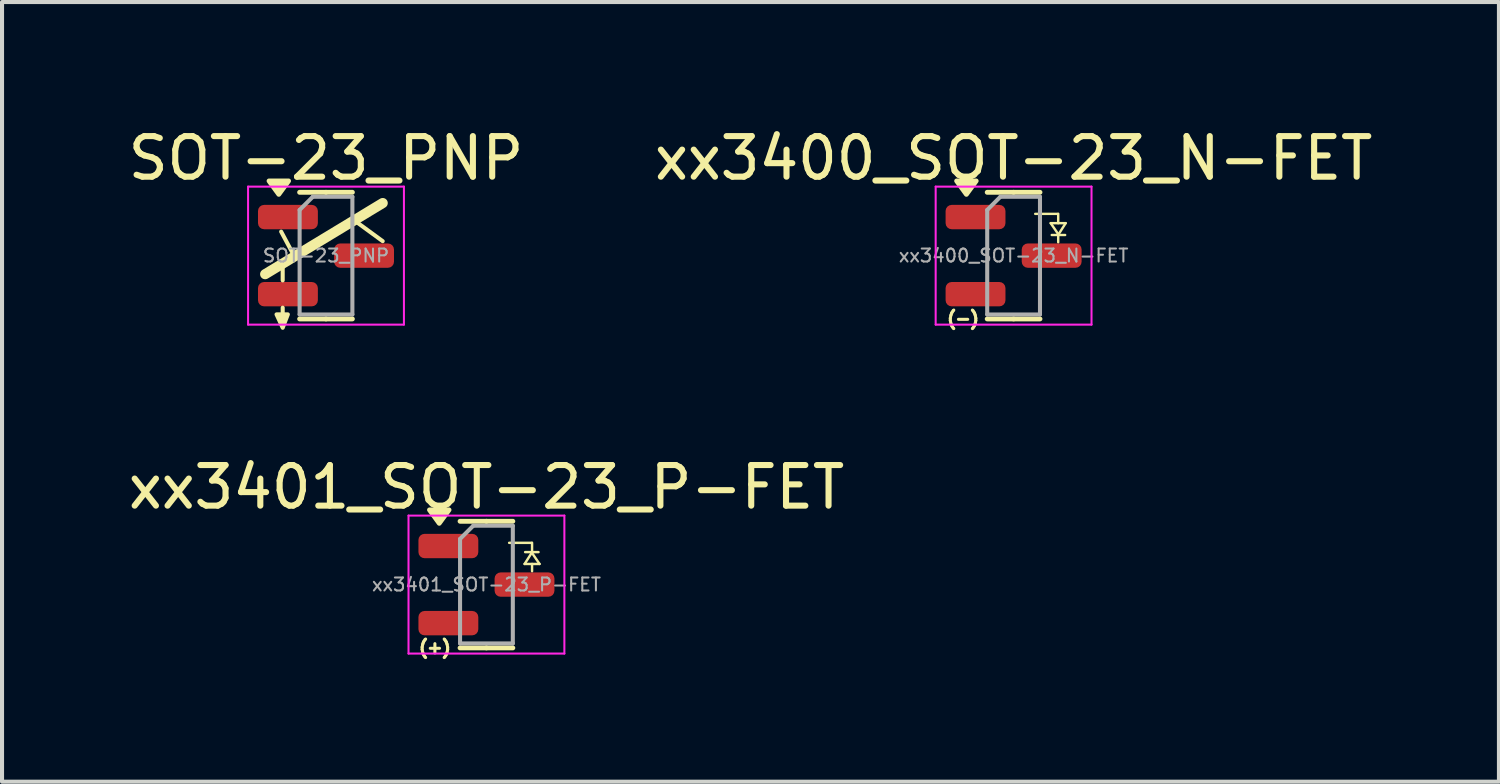
<source format=kicad_pcb>
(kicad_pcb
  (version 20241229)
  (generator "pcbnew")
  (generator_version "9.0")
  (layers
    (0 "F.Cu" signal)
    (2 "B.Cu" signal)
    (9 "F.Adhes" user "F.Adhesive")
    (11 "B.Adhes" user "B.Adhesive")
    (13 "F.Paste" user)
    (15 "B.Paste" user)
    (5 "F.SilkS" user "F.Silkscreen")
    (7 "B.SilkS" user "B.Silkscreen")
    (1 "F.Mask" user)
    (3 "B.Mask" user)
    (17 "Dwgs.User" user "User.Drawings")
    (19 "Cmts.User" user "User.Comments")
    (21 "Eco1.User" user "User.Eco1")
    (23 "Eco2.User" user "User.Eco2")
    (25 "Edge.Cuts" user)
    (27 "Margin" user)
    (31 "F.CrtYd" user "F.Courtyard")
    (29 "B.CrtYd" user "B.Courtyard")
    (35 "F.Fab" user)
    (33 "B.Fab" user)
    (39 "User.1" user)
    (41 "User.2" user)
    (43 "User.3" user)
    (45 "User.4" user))
  (footprint "xx3401_SOT-23_P-FET"
    (layer "F.Cu")
    (at 8.935 11.353)
    (property "Reference" "xx3401_SOT-23_P-FET" (at 0 -2.4 0) (layer "F.SilkS") (effects (font (size 1 1) (thickness 0.15))))
    (attr smd)
    (fp_line (start 0 -1.56) (end -0.65 -1.56) (stroke (width 0.12) (type solid)) (layer "F.SilkS"))
    (fp_line (start 0 -1.56) (end 0.65 -1.56) (stroke (width 0.12) (type solid)) (layer "F.SilkS"))
    (fp_line (start 0 1.56) (end -0.65 1.56) (stroke (width 0.12) (type solid)) (layer "F.SilkS"))
    (fp_line (start 0 1.56) (end 0.65 1.56) (stroke (width 0.12) (type solid)) (layer "F.SilkS"))
    (fp_line (start 0.559 -1.029) (end 1.118 -1.029) (stroke (width 0.06) (type default)) (layer "F.SilkS"))
    (fp_line (start 0.94 -0.508) (end 1.118 -0.787) (stroke (width 0.06) (type default)) (layer "F.SilkS"))
    (fp_line (start 1.118 -0.787) (end 1.308 -0.508) (stroke (width 0.06) (type default)) (layer "F.SilkS"))
    (fp_line (start 1.124 -1.029) (end 1.124 -0.8) (stroke (width 0.06) (type default)) (layer "F.SilkS"))
    (fp_line (start 1.124 -0.508) (end 1.124 -0.33) (stroke (width 0.06) (type default)) (layer "F.SilkS"))
    (fp_line (start 1.283 -0.8) (end 0.953 -0.8) (stroke (width 0.06) (type default)) (layer "F.SilkS"))
    (fp_line (start 1.308 -0.508) (end 0.94 -0.508) (stroke (width 0.06) (type default)) (layer "F.SilkS"))
    (fp_poly (pts (xy -1.163 -1.51) (xy -1.403 -1.84) (xy -0.922 -1.84) (xy -1.163 -1.51)) (stroke (width 0.12) (type solid)) (fill yes) (layer "F.SilkS"))
    (fp_line (start -1.92 -1.7) (end -1.92 1.7) (stroke (width 0.05) (type solid)) (layer "F.CrtYd"))
    (fp_line (start -1.92 1.7) (end 1.92 1.7) (stroke (width 0.05) (type solid)) (layer "F.CrtYd"))
    (fp_line (start 1.92 -1.7) (end -1.92 -1.7) (stroke (width 0.05) (type solid)) (layer "F.CrtYd"))
    (fp_line (start 1.92 1.7) (end 1.92 -1.7) (stroke (width 0.05) (type solid)) (layer "F.CrtYd"))
    (fp_line (start -0.65 -1.125) (end -0.325 -1.45) (stroke (width 0.1) (type solid)) (layer "F.Fab"))
    (fp_line (start -0.65 1.45) (end -0.65 -1.125) (stroke (width 0.1) (type solid)) (layer "F.Fab"))
    (fp_line (start -0.325 -1.45) (end 0.65 -1.45) (stroke (width 0.1) (type solid)) (layer "F.Fab"))
    (fp_line (start 0.65 -1.45) (end 0.65 1.45) (stroke (width 0.1) (type solid)) (layer "F.Fab"))
    (fp_line (start 0.65 1.45) (end -0.65 1.45) (stroke (width 0.1) (type solid)) (layer "F.Fab"))
    (fp_text user "(+)" (at -1.27 1.549 0) (unlocked yes) (layer "F.SilkS") (effects (font (size 0.3 0.3) (thickness 0.075) (bold yes))))
    (fp_text user "${REFERENCE}" (at 0 0 0) (layer "F.Fab") (effects (font (size 0.32 0.32) (thickness 0.05))))
    (pad "1" smd roundrect (at -0.938 0.95) (size 1.475 0.6) (layers "F.Cu" "F.Mask" "F.Paste") (roundrect_rratio 0.25))
    (pad "2" smd roundrect (at -0.938 -0.95) (size 1.475 0.6) (layers "F.Cu" "F.Mask" "F.Paste") (roundrect_rratio 0.25))
    (pad "3" smd roundrect (at 0.938 0) (size 1.475 0.6) (layers "F.Cu" "F.Mask" "F.Paste") (roundrect_rratio 0.25)))
  (footprint "SOT-23_PNP"
    (layer "F.Cu")
    (at 4.982 3.248)
    (property "Reference" "SOT-23_PNP" (at 0 -2.4 0) (layer "F.SilkS") (effects (font (size 1 1) (thickness 0.15))))
    (attr smd)
    (fp_line (start -1.499 0.457) (end 1.397 -1.295) (stroke (width 0.25) (type default)) (layer "F.SilkS"))
    (fp_line (start -1.105 -0.591) (end -0.762 0.051) (stroke (width 0.1) (type default)) (layer "F.SilkS"))
    (fp_line (start -1.067 0.254) (end -1.067 0.61) (stroke (width 0.1) (type default)) (layer "F.SilkS"))
    (fp_line (start -1.067 1.283) (end -1.067 1.664) (stroke (width 0.1) (type default)) (layer "F.SilkS"))
    (fp_line (start 0 -1.56) (end -0.65 -1.56) (stroke (width 0.12) (type solid)) (layer "F.SilkS"))
    (fp_line (start 0 -1.56) (end 0.65 -1.56) (stroke (width 0.12) (type solid)) (layer "F.SilkS"))
    (fp_line (start 0 1.56) (end -0.65 1.56) (stroke (width 0.12) (type solid)) (layer "F.SilkS"))
    (fp_line (start 0 1.56) (end 0.65 1.56) (stroke (width 0.12) (type solid)) (layer "F.SilkS"))
    (fp_line (start 0.737 -0.838) (end 1.397 -0.356) (stroke (width 0.1) (type default)) (layer "F.SilkS"))
    (fp_poly (pts (xy -1.067 1.778) (xy -1.219 1.448) (xy -0.94 1.448)) (stroke (width 0.1) (type solid)) (fill yes) (layer "F.SilkS"))
    (fp_poly (pts (xy -1.163 -1.51) (xy -1.403 -1.84) (xy -0.922 -1.84) (xy -1.163 -1.51)) (stroke (width 0.12) (type solid)) (fill yes) (layer "F.SilkS"))
    (fp_line (start -1.92 -1.7) (end -1.92 1.7) (stroke (width 0.05) (type solid)) (layer "F.CrtYd"))
    (fp_line (start -1.92 1.7) (end 1.92 1.7) (stroke (width 0.05) (type solid)) (layer "F.CrtYd"))
    (fp_line (start 1.92 -1.7) (end -1.92 -1.7) (stroke (width 0.05) (type solid)) (layer "F.CrtYd"))
    (fp_line (start 1.92 1.7) (end 1.92 -1.7) (stroke (width 0.05) (type solid)) (layer "F.CrtYd"))
    (fp_line (start -0.65 -1.125) (end -0.325 -1.45) (stroke (width 0.1) (type solid)) (layer "F.Fab"))
    (fp_line (start -0.65 1.45) (end -0.65 -1.125) (stroke (width 0.1) (type solid)) (layer "F.Fab"))
    (fp_line (start -0.325 -1.45) (end 0.65 -1.45) (stroke (width 0.1) (type solid)) (layer "F.Fab"))
    (fp_line (start 0.65 -1.45) (end 0.65 1.45) (stroke (width 0.1) (type solid)) (layer "F.Fab"))
    (fp_line (start 0.65 1.45) (end -0.65 1.45) (stroke (width 0.1) (type solid)) (layer "F.Fab"))
    (fp_text user "${REFERENCE}" (at 0 0 0) (layer "F.Fab") (effects (font (size 0.32 0.32) (thickness 0.05))))
    (pad "1" smd roundrect (at -0.938 -0.95) (size 1.475 0.6) (layers "F.Cu" "F.Mask" "F.Paste") (roundrect_rratio 0.25))
    (pad "2" smd roundrect (at -0.938 0.95) (size 1.475 0.6) (layers "F.Cu" "F.Mask" "F.Paste") (roundrect_rratio 0.25))
    (pad "3" smd roundrect (at 0.938 0) (size 1.475 0.6) (layers "F.Cu" "F.Mask" "F.Paste") (roundrect_rratio 0.25)))
  (footprint "xx3400_SOT-23_N-FET"
    (layer "F.Cu")
    (at 21.923 3.248)
    (property "Reference" "xx3400_SOT-23_N-FET" (at 0 -2.4 0) (layer "F.SilkS") (effects (font (size 1 1) (thickness 0.15))))
    (attr smd)
    (fp_line (start 0 -1.56) (end -0.65 -1.56) (stroke (width 0.12) (type solid)) (layer "F.SilkS"))
    (fp_line (start 0 -1.56) (end 0.65 -1.56) (stroke (width 0.12) (type solid)) (layer "F.SilkS"))
    (fp_line (start 0 1.56) (end -0.65 1.56) (stroke (width 0.12) (type solid)) (layer "F.SilkS"))
    (fp_line (start 0 1.56) (end 0.65 1.56) (stroke (width 0.12) (type solid)) (layer "F.SilkS"))
    (fp_line (start 0.533 -1.029) (end 1.092 -1.029) (stroke (width 0.06) (type default)) (layer "F.SilkS"))
    (fp_line (start 0.914 -0.8) (end 1.283 -0.8) (stroke (width 0.06) (type default)) (layer "F.SilkS"))
    (fp_line (start 0.94 -0.508) (end 1.27 -0.508) (stroke (width 0.06) (type default)) (layer "F.SilkS"))
    (fp_line (start 1.099 -1.029) (end 1.099 -0.8) (stroke (width 0.06) (type default)) (layer "F.SilkS"))
    (fp_line (start 1.099 -0.508) (end 1.099 -0.33) (stroke (width 0.06) (type default)) (layer "F.SilkS"))
    (fp_line (start 1.105 -0.521) (end 0.914 -0.8) (stroke (width 0.06) (type default)) (layer "F.SilkS"))
    (fp_line (start 1.283 -0.8) (end 1.105 -0.521) (stroke (width 0.06) (type default)) (layer "F.SilkS"))
    (fp_poly (pts (xy -1.163 -1.51) (xy -1.403 -1.84) (xy -0.922 -1.84) (xy -1.163 -1.51)) (stroke (width 0.12) (type solid)) (fill yes) (layer "F.SilkS"))
    (fp_line (start -1.92 -1.7) (end -1.92 1.7) (stroke (width 0.05) (type solid)) (layer "F.CrtYd"))
    (fp_line (start -1.92 1.7) (end 1.92 1.7) (stroke (width 0.05) (type solid)) (layer "F.CrtYd"))
    (fp_line (start 1.92 -1.7) (end -1.92 -1.7) (stroke (width 0.05) (type solid)) (layer "F.CrtYd"))
    (fp_line (start 1.92 1.7) (end 1.92 -1.7) (stroke (width 0.05) (type solid)) (layer "F.CrtYd"))
    (fp_line (start -0.65 -1.125) (end -0.325 -1.45) (stroke (width 0.1) (type solid)) (layer "F.Fab"))
    (fp_line (start -0.65 1.45) (end -0.65 -1.125) (stroke (width 0.1) (type solid)) (layer "F.Fab"))
    (fp_line (start -0.325 -1.45) (end 0.65 -1.45) (stroke (width 0.1) (type solid)) (layer "F.Fab"))
    (fp_line (start 0.65 -1.45) (end 0.65 1.45) (stroke (width 0.1) (type solid)) (layer "F.Fab"))
    (fp_line (start 0.65 1.45) (end -0.65 1.45) (stroke (width 0.1) (type solid)) (layer "F.Fab"))
    (fp_text user "(-)" (at -1.245 1.549 0) (unlocked yes) (layer "F.SilkS") (effects (font (size 0.3 0.3) (thickness 0.075) (bold yes))))
    (fp_text user "${REFERENCE}" (at 0 0 0) (layer "F.Fab") (effects (font (size 0.32 0.32) (thickness 0.05))))
    (pad "1" smd roundrect (at -0.938 0.95) (size 1.475 0.6) (layers "F.Cu" "F.Mask" "F.Paste") (roundrect_rratio 0.25))
    (pad "2" smd roundrect (at -0.938 -0.95) (size 1.475 0.6) (layers "F.Cu" "F.Mask" "F.Paste") (roundrect_rratio 0.25))
    (pad "3" smd roundrect (at 0.938 0) (size 1.475 0.6) (layers "F.Cu" "F.Mask" "F.Paste") (roundrect_rratio 0.25)))
  (gr_rect
    (start -3 -3)
    (end 33.881 16.21)
    (stroke (width 0.1) (type default))
    (fill no)
    (layer "Edge.Cuts")))
</source>
